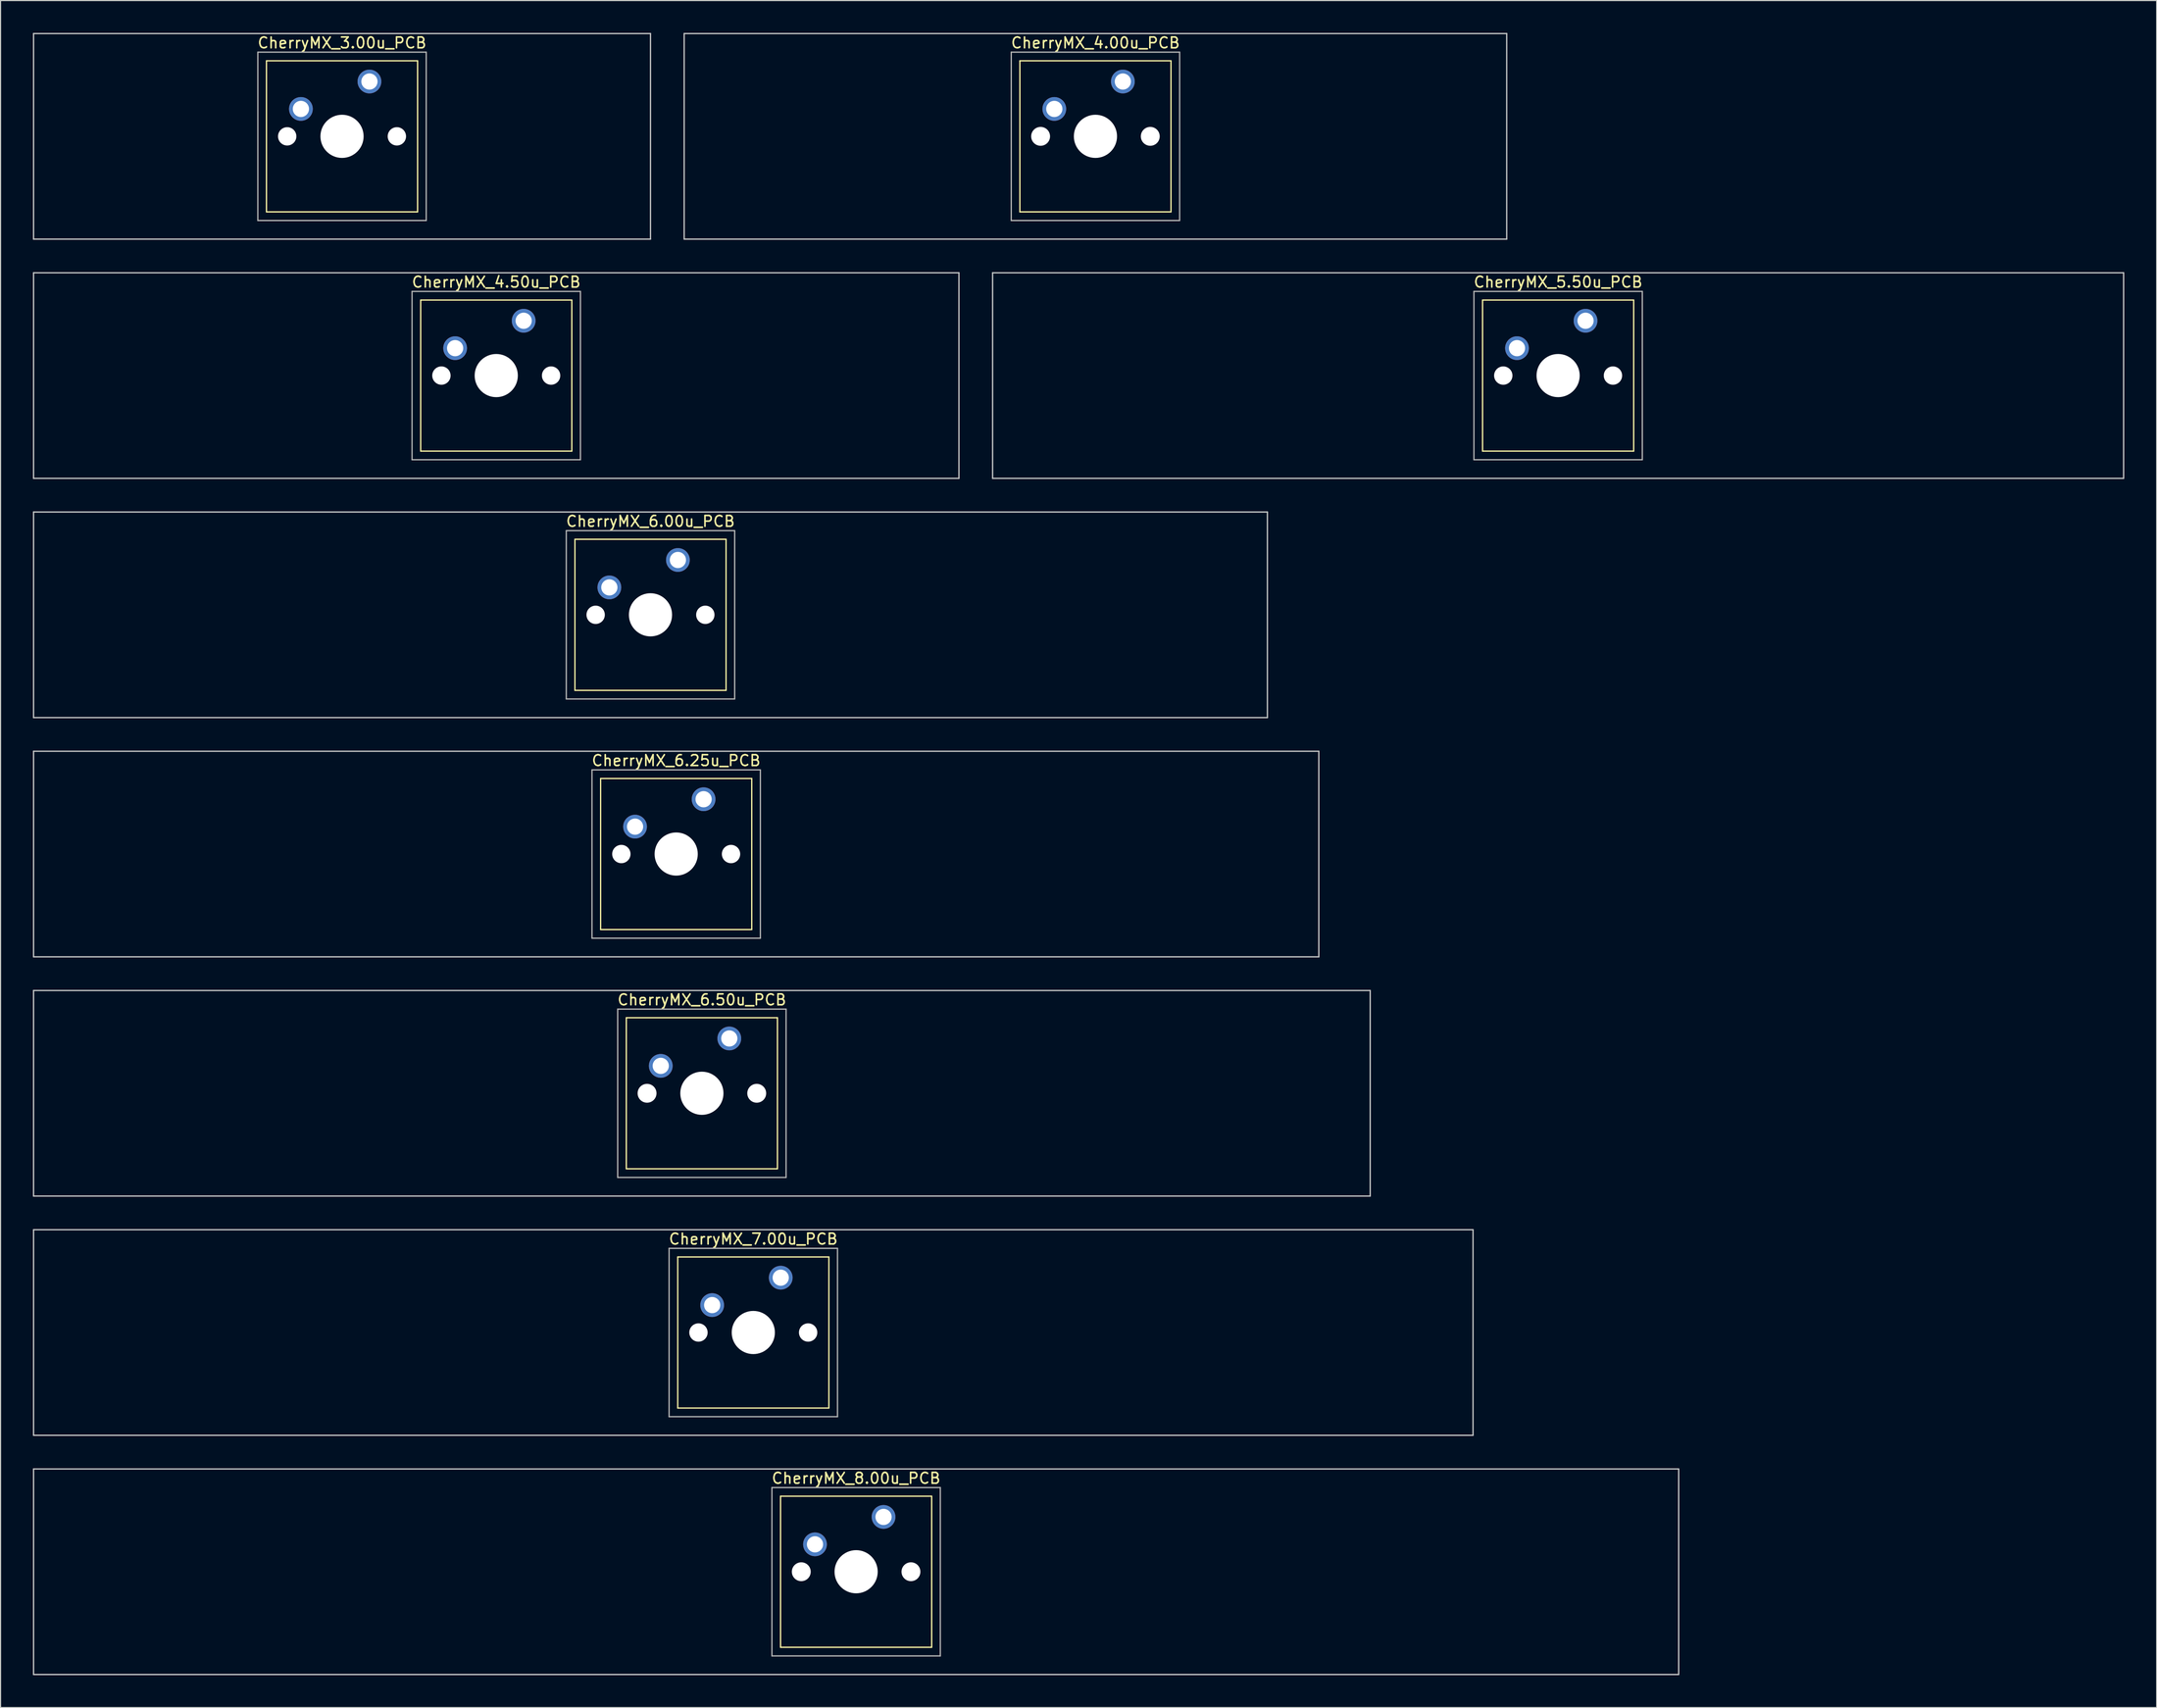
<source format=kicad_pcb>
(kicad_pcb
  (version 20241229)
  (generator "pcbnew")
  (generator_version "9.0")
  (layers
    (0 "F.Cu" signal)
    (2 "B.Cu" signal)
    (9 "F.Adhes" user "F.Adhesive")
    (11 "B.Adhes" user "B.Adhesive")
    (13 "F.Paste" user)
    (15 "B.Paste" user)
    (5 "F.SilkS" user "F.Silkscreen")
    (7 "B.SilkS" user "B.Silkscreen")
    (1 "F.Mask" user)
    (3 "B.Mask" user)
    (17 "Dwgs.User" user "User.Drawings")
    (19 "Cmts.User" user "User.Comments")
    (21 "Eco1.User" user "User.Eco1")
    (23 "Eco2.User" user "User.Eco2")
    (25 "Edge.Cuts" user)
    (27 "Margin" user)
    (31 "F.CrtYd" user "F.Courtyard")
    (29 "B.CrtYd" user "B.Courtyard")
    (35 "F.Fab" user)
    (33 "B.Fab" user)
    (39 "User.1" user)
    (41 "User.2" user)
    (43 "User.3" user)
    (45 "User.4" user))
  (footprint "CherryMX_7.00u_PCB"
    (layer "F.Cu")
    (at 66.735 120.435)
    (property "Reference" "CherryMX_7.00u_PCB" (at 0 -8.662 0) (layer "F.SilkS") (effects (font (size 1 1) (thickness 0.15))))
    (attr through_hole)
    (fp_line (start -7 -7) (end -7 7) (stroke (width 0.12) (type solid)) (layer "F.SilkS"))
    (fp_line (start -7 -7) (end 7 -7) (stroke (width 0.12) (type solid)) (layer "F.SilkS"))
    (fp_line (start 7 -7) (end 7 7) (stroke (width 0.12) (type solid)) (layer "F.SilkS"))
    (fp_line (start 7 7) (end -7 7) (stroke (width 0.12) (type solid)) (layer "F.SilkS"))
    (fp_line (start -66.675 -9.525) (end 66.675 -9.525) (stroke (width 0.12) (type solid)) (layer "Dwgs.User"))
    (fp_line (start -66.675 9.525) (end -66.675 -9.525) (stroke (width 0.12) (type solid)) (layer "Dwgs.User"))
    (fp_line (start 66.675 -9.525) (end 66.675 9.525) (stroke (width 0.12) (type solid)) (layer "Dwgs.User"))
    (fp_line (start 66.675 9.525) (end -66.675 9.525) (stroke (width 0.12) (type solid)) (layer "Dwgs.User"))
    (fp_line (start -7.8 -7.8) (end -7.8 7.8) (stroke (width 0.12) (type solid)) (layer "F.Fab"))
    (fp_line (start -7.8 -7.8) (end 7.8 -7.8) (stroke (width 0.12) (type solid)) (layer "F.Fab"))
    (fp_line (start -7.8 7.8) (end 7.8 7.8) (stroke (width 0.12) (type solid)) (layer "F.Fab"))
    (fp_line (start 7.8 -7.8) (end 7.8 7.8) (stroke (width 0.12) (type solid)) (layer "F.Fab"))
    (pad "" np_thru_hole circle (at -5.08 0) (size 1.7 1.7) (drill 1.7) (layers "*.Cu" "*.Mask"))
    (pad "" np_thru_hole circle (at 0 0) (size 4 4) (drill 4) (layers "*.Cu" "*.Mask"))
    (pad "" np_thru_hole circle (at 5.08 0) (size 1.7 1.7) (drill 1.7) (layers "*.Cu" "*.Mask"))
    (pad "1" thru_hole circle (at -3.81 -2.54) (size 2.2 2.2) (drill 1.5) (layers "*.Cu" "*.Mask"))
    (pad "2" thru_hole circle (at 2.54 -5.08) (size 2.2 2.2) (drill 1.5) (layers "*.Cu" "*.Mask")))
  (footprint "CherryMX_4.50u_PCB"
    (layer "F.Cu")
    (at 42.922 31.755)
    (property "Reference" "CherryMX_4.50u_PCB" (at 0 -8.662 0) (layer "F.SilkS") (effects (font (size 1 1) (thickness 0.15))))
    (attr through_hole)
    (fp_line (start -7 -7) (end -7 7) (stroke (width 0.12) (type solid)) (layer "F.SilkS"))
    (fp_line (start -7 -7) (end 7 -7) (stroke (width 0.12) (type solid)) (layer "F.SilkS"))
    (fp_line (start 7 -7) (end 7 7) (stroke (width 0.12) (type solid)) (layer "F.SilkS"))
    (fp_line (start 7 7) (end -7 7) (stroke (width 0.12) (type solid)) (layer "F.SilkS"))
    (fp_line (start -42.862 -9.525) (end 42.862 -9.525) (stroke (width 0.12) (type solid)) (layer "Dwgs.User"))
    (fp_line (start -42.862 9.525) (end -42.862 -9.525) (stroke (width 0.12) (type solid)) (layer "Dwgs.User"))
    (fp_line (start 42.862 -9.525) (end 42.862 9.525) (stroke (width 0.12) (type solid)) (layer "Dwgs.User"))
    (fp_line (start 42.862 9.525) (end -42.862 9.525) (stroke (width 0.12) (type solid)) (layer "Dwgs.User"))
    (fp_line (start -7.8 -7.8) (end -7.8 7.8) (stroke (width 0.12) (type solid)) (layer "F.Fab"))
    (fp_line (start -7.8 -7.8) (end 7.8 -7.8) (stroke (width 0.12) (type solid)) (layer "F.Fab"))
    (fp_line (start -7.8 7.8) (end 7.8 7.8) (stroke (width 0.12) (type solid)) (layer "F.Fab"))
    (fp_line (start 7.8 -7.8) (end 7.8 7.8) (stroke (width 0.12) (type solid)) (layer "F.Fab"))
    (pad "" np_thru_hole circle (at -5.08 0) (size 1.7 1.7) (drill 1.7) (layers "*.Cu" "*.Mask"))
    (pad "" np_thru_hole circle (at 0 0) (size 4 4) (drill 4) (layers "*.Cu" "*.Mask"))
    (pad "" np_thru_hole circle (at 5.08 0) (size 1.7 1.7) (drill 1.7) (layers "*.Cu" "*.Mask"))
    (pad "1" thru_hole circle (at -3.81 -2.54) (size 2.2 2.2) (drill 1.5) (layers "*.Cu" "*.Mask"))
    (pad "2" thru_hole circle (at 2.54 -5.08) (size 2.2 2.2) (drill 1.5) (layers "*.Cu" "*.Mask")))
  (footprint "CherryMX_4.00u_PCB"
    (layer "F.Cu")
    (at 98.43 9.585)
    (property "Reference" "CherryMX_4.00u_PCB" (at 0 -8.662 0) (layer "F.SilkS") (effects (font (size 1 1) (thickness 0.15))))
    (attr through_hole)
    (fp_line (start -7 -7) (end -7 7) (stroke (width 0.12) (type solid)) (layer "F.SilkS"))
    (fp_line (start -7 -7) (end 7 -7) (stroke (width 0.12) (type solid)) (layer "F.SilkS"))
    (fp_line (start 7 -7) (end 7 7) (stroke (width 0.12) (type solid)) (layer "F.SilkS"))
    (fp_line (start 7 7) (end -7 7) (stroke (width 0.12) (type solid)) (layer "F.SilkS"))
    (fp_line (start -38.1 -9.525) (end 38.1 -9.525) (stroke (width 0.12) (type solid)) (layer "Dwgs.User"))
    (fp_line (start -38.1 9.525) (end -38.1 -9.525) (stroke (width 0.12) (type solid)) (layer "Dwgs.User"))
    (fp_line (start 38.1 -9.525) (end 38.1 9.525) (stroke (width 0.12) (type solid)) (layer "Dwgs.User"))
    (fp_line (start 38.1 9.525) (end -38.1 9.525) (stroke (width 0.12) (type solid)) (layer "Dwgs.User"))
    (fp_line (start -7.8 -7.8) (end -7.8 7.8) (stroke (width 0.12) (type solid)) (layer "F.Fab"))
    (fp_line (start -7.8 -7.8) (end 7.8 -7.8) (stroke (width 0.12) (type solid)) (layer "F.Fab"))
    (fp_line (start -7.8 7.8) (end 7.8 7.8) (stroke (width 0.12) (type solid)) (layer "F.Fab"))
    (fp_line (start 7.8 -7.8) (end 7.8 7.8) (stroke (width 0.12) (type solid)) (layer "F.Fab"))
    (pad "" np_thru_hole circle (at -5.08 0) (size 1.75 1.75) (drill 1.75) (layers "*.Cu" "*.Mask"))
    (pad "" np_thru_hole circle (at 0 0) (size 4 4) (drill 4) (layers "*.Cu" "*.Mask"))
    (pad "" np_thru_hole circle (at 5.08 0) (size 1.75 1.75) (drill 1.75) (layers "*.Cu" "*.Mask"))
    (pad "1" thru_hole circle (at -3.81 -2.54) (size 2.2 2.2) (drill 1.5) (layers "*.Cu" "*.Mask"))
    (pad "2" thru_hole circle (at 2.54 -5.08) (size 2.2 2.2) (drill 1.5) (layers "*.Cu" "*.Mask")))
  (footprint "CherryMX_8.00u_PCB"
    (layer "F.Cu")
    (at 76.26 142.605)
    (property "Reference" "CherryMX_8.00u_PCB" (at 0 -8.662 0) (layer "F.SilkS") (effects (font (size 1 1) (thickness 0.15))))
    (attr through_hole)
    (fp_line (start -7 -7) (end -7 7) (stroke (width 0.12) (type solid)) (layer "F.SilkS"))
    (fp_line (start -7 -7) (end 7 -7) (stroke (width 0.12) (type solid)) (layer "F.SilkS"))
    (fp_line (start 7 -7) (end 7 7) (stroke (width 0.12) (type solid)) (layer "F.SilkS"))
    (fp_line (start 7 7) (end -7 7) (stroke (width 0.12) (type solid)) (layer "F.SilkS"))
    (fp_line (start -76.2 -9.525) (end 76.2 -9.525) (stroke (width 0.12) (type solid)) (layer "Dwgs.User"))
    (fp_line (start -76.2 9.525) (end -76.2 -9.525) (stroke (width 0.12) (type solid)) (layer "Dwgs.User"))
    (fp_line (start 76.2 -9.525) (end 76.2 9.525) (stroke (width 0.12) (type solid)) (layer "Dwgs.User"))
    (fp_line (start 76.2 9.525) (end -76.2 9.525) (stroke (width 0.12) (type solid)) (layer "Dwgs.User"))
    (fp_line (start -7.8 -7.8) (end -7.8 7.8) (stroke (width 0.12) (type solid)) (layer "F.Fab"))
    (fp_line (start -7.8 -7.8) (end 7.8 -7.8) (stroke (width 0.12) (type solid)) (layer "F.Fab"))
    (fp_line (start -7.8 7.8) (end 7.8 7.8) (stroke (width 0.12) (type solid)) (layer "F.Fab"))
    (fp_line (start 7.8 -7.8) (end 7.8 7.8) (stroke (width 0.12) (type solid)) (layer "F.Fab"))
    (pad "" np_thru_hole circle (at -5.08 0) (size 1.75 1.75) (drill 1.75) (layers "*.Cu" "*.Mask"))
    (pad "" np_thru_hole circle (at 0 0) (size 4 4) (drill 4) (layers "*.Cu" "*.Mask"))
    (pad "" np_thru_hole circle (at 5.08 0) (size 1.75 1.75) (drill 1.75) (layers "*.Cu" "*.Mask"))
    (pad "1" thru_hole circle (at -3.81 -2.54) (size 2.2 2.2) (drill 1.5) (layers "*.Cu" "*.Mask"))
    (pad "2" thru_hole circle (at 2.54 -5.08) (size 2.2 2.2) (drill 1.5) (layers "*.Cu" "*.Mask")))
  (footprint "CherryMX_6.25u_PCB"
    (layer "F.Cu")
    (at 59.591 76.095)
    (property "Reference" "CherryMX_6.25u_PCB" (at 0 -8.662 0) (layer "F.SilkS") (effects (font (size 1 1) (thickness 0.15))))
    (attr through_hole)
    (fp_line (start -7 -7) (end -7 7) (stroke (width 0.12) (type solid)) (layer "F.SilkS"))
    (fp_line (start -7 -7) (end 7 -7) (stroke (width 0.12) (type solid)) (layer "F.SilkS"))
    (fp_line (start 7 -7) (end 7 7) (stroke (width 0.12) (type solid)) (layer "F.SilkS"))
    (fp_line (start 7 7) (end -7 7) (stroke (width 0.12) (type solid)) (layer "F.SilkS"))
    (fp_line (start -59.531 -9.525) (end 59.531 -9.525) (stroke (width 0.12) (type solid)) (layer "Dwgs.User"))
    (fp_line (start -59.531 9.525) (end -59.531 -9.525) (stroke (width 0.12) (type solid)) (layer "Dwgs.User"))
    (fp_line (start 59.531 -9.525) (end 59.531 9.525) (stroke (width 0.12) (type solid)) (layer "Dwgs.User"))
    (fp_line (start 59.531 9.525) (end -59.531 9.525) (stroke (width 0.12) (type solid)) (layer "Dwgs.User"))
    (fp_line (start -7.8 -7.8) (end -7.8 7.8) (stroke (width 0.12) (type solid)) (layer "F.Fab"))
    (fp_line (start -7.8 -7.8) (end 7.8 -7.8) (stroke (width 0.12) (type solid)) (layer "F.Fab"))
    (fp_line (start -7.8 7.8) (end 7.8 7.8) (stroke (width 0.12) (type solid)) (layer "F.Fab"))
    (fp_line (start 7.8 -7.8) (end 7.8 7.8) (stroke (width 0.12) (type solid)) (layer "F.Fab"))
    (pad "" np_thru_hole circle (at -5.08 0) (size 1.7 1.7) (drill 1.7) (layers "*.Cu" "*.Mask"))
    (pad "" np_thru_hole circle (at 0 0) (size 4 4) (drill 4) (layers "*.Cu" "*.Mask"))
    (pad "" np_thru_hole circle (at 5.08 0) (size 1.7 1.7) (drill 1.7) (layers "*.Cu" "*.Mask"))
    (pad "1" thru_hole circle (at -3.81 -2.54) (size 2.2 2.2) (drill 1.5) (layers "*.Cu" "*.Mask"))
    (pad "2" thru_hole circle (at 2.54 -5.08) (size 2.2 2.2) (drill 1.5) (layers "*.Cu" "*.Mask")))
  (footprint "CherryMX_6.50u_PCB"
    (layer "F.Cu")
    (at 61.972 98.265)
    (property "Reference" "CherryMX_6.50u_PCB" (at 0 -8.662 0) (layer "F.SilkS") (effects (font (size 1 1) (thickness 0.15))))
    (attr through_hole)
    (fp_line (start -7 -7) (end -7 7) (stroke (width 0.12) (type solid)) (layer "F.SilkS"))
    (fp_line (start -7 -7) (end 7 -7) (stroke (width 0.12) (type solid)) (layer "F.SilkS"))
    (fp_line (start 7 -7) (end 7 7) (stroke (width 0.12) (type solid)) (layer "F.SilkS"))
    (fp_line (start 7 7) (end -7 7) (stroke (width 0.12) (type solid)) (layer "F.SilkS"))
    (fp_line (start -61.913 -9.525) (end 61.913 -9.525) (stroke (width 0.12) (type solid)) (layer "Dwgs.User"))
    (fp_line (start -61.913 9.525) (end -61.913 -9.525) (stroke (width 0.12) (type solid)) (layer "Dwgs.User"))
    (fp_line (start 61.913 -9.525) (end 61.913 9.525) (stroke (width 0.12) (type solid)) (layer "Dwgs.User"))
    (fp_line (start 61.913 9.525) (end -61.913 9.525) (stroke (width 0.12) (type solid)) (layer "Dwgs.User"))
    (fp_line (start -7.8 -7.8) (end -7.8 7.8) (stroke (width 0.12) (type solid)) (layer "F.Fab"))
    (fp_line (start -7.8 -7.8) (end 7.8 -7.8) (stroke (width 0.12) (type solid)) (layer "F.Fab"))
    (fp_line (start -7.8 7.8) (end 7.8 7.8) (stroke (width 0.12) (type solid)) (layer "F.Fab"))
    (fp_line (start 7.8 -7.8) (end 7.8 7.8) (stroke (width 0.12) (type solid)) (layer "F.Fab"))
    (pad "" np_thru_hole circle (at -5.08 0) (size 1.75 1.75) (drill 1.75) (layers "*.Cu" "*.Mask"))
    (pad "" np_thru_hole circle (at 0 0) (size 4 4) (drill 4) (layers "*.Cu" "*.Mask"))
    (pad "" np_thru_hole circle (at 5.08 0) (size 1.75 1.75) (drill 1.75) (layers "*.Cu" "*.Mask"))
    (pad "1" thru_hole circle (at -3.81 -2.54) (size 2.2 2.2) (drill 1.5) (layers "*.Cu" "*.Mask"))
    (pad "2" thru_hole circle (at 2.54 -5.08) (size 2.2 2.2) (drill 1.5) (layers "*.Cu" "*.Mask")))
  (footprint "CherryMX_3.00u_PCB"
    (layer "F.Cu")
    (at 28.635 9.585)
    (property "Reference" "CherryMX_3.00u_PCB" (at 0 -8.662 0) (layer "F.SilkS") (effects (font (size 1 1) (thickness 0.15))))
    (attr through_hole)
    (fp_line (start -7 -7) (end -7 7) (stroke (width 0.12) (type solid)) (layer "F.SilkS"))
    (fp_line (start -7 -7) (end 7 -7) (stroke (width 0.12) (type solid)) (layer "F.SilkS"))
    (fp_line (start 7 -7) (end 7 7) (stroke (width 0.12) (type solid)) (layer "F.SilkS"))
    (fp_line (start 7 7) (end -7 7) (stroke (width 0.12) (type solid)) (layer "F.SilkS"))
    (fp_line (start -28.575 -9.525) (end 28.575 -9.525) (stroke (width 0.12) (type solid)) (layer "Dwgs.User"))
    (fp_line (start -28.575 9.525) (end -28.575 -9.525) (stroke (width 0.12) (type solid)) (layer "Dwgs.User"))
    (fp_line (start 28.575 -9.525) (end 28.575 9.525) (stroke (width 0.12) (type solid)) (layer "Dwgs.User"))
    (fp_line (start 28.575 9.525) (end -28.575 9.525) (stroke (width 0.12) (type solid)) (layer "Dwgs.User"))
    (fp_line (start -7.8 -7.8) (end -7.8 7.8) (stroke (width 0.12) (type solid)) (layer "F.Fab"))
    (fp_line (start -7.8 -7.8) (end 7.8 -7.8) (stroke (width 0.12) (type solid)) (layer "F.Fab"))
    (fp_line (start -7.8 7.8) (end 7.8 7.8) (stroke (width 0.12) (type solid)) (layer "F.Fab"))
    (fp_line (start 7.8 -7.8) (end 7.8 7.8) (stroke (width 0.12) (type solid)) (layer "F.Fab"))
    (pad "" np_thru_hole circle (at -5.08 0) (size 1.7 1.7) (drill 1.7) (layers "*.Cu" "*.Mask"))
    (pad "" np_thru_hole circle (at 0 0) (size 4 4) (drill 4) (layers "*.Cu" "*.Mask"))
    (pad "" np_thru_hole circle (at 5.08 0) (size 1.7 1.7) (drill 1.7) (layers "*.Cu" "*.Mask"))
    (pad "1" thru_hole circle (at -3.81 -2.54) (size 2.2 2.2) (drill 1.5) (layers "*.Cu" "*.Mask"))
    (pad "2" thru_hole circle (at 2.54 -5.08) (size 2.2 2.2) (drill 1.5) (layers "*.Cu" "*.Mask")))
  (footprint "CherryMX_5.50u_PCB"
    (layer "F.Cu")
    (at 141.292 31.755)
    (property "Reference" "CherryMX_5.50u_PCB" (at 0 -8.662 0) (layer "F.SilkS") (effects (font (size 1 1) (thickness 0.15))))
    (attr through_hole)
    (fp_line (start -7 -7) (end -7 7) (stroke (width 0.12) (type solid)) (layer "F.SilkS"))
    (fp_line (start -7 -7) (end 7 -7) (stroke (width 0.12) (type solid)) (layer "F.SilkS"))
    (fp_line (start 7 -7) (end 7 7) (stroke (width 0.12) (type solid)) (layer "F.SilkS"))
    (fp_line (start 7 7) (end -7 7) (stroke (width 0.12) (type solid)) (layer "F.SilkS"))
    (fp_line (start -52.388 -9.525) (end 52.388 -9.525) (stroke (width 0.12) (type solid)) (layer "Dwgs.User"))
    (fp_line (start -52.388 9.525) (end -52.388 -9.525) (stroke (width 0.12) (type solid)) (layer "Dwgs.User"))
    (fp_line (start 52.388 -9.525) (end 52.388 9.525) (stroke (width 0.12) (type solid)) (layer "Dwgs.User"))
    (fp_line (start 52.388 9.525) (end -52.388 9.525) (stroke (width 0.12) (type solid)) (layer "Dwgs.User"))
    (fp_line (start -7.8 -7.8) (end -7.8 7.8) (stroke (width 0.12) (type solid)) (layer "F.Fab"))
    (fp_line (start -7.8 -7.8) (end 7.8 -7.8) (stroke (width 0.12) (type solid)) (layer "F.Fab"))
    (fp_line (start -7.8 7.8) (end 7.8 7.8) (stroke (width 0.12) (type solid)) (layer "F.Fab"))
    (fp_line (start 7.8 -7.8) (end 7.8 7.8) (stroke (width 0.12) (type solid)) (layer "F.Fab"))
    (pad "" np_thru_hole circle (at -5.08 0) (size 1.7 1.7) (drill 1.7) (layers "*.Cu" "*.Mask"))
    (pad "" np_thru_hole circle (at 0 0) (size 4 4) (drill 4) (layers "*.Cu" "*.Mask"))
    (pad "" np_thru_hole circle (at 5.08 0) (size 1.7 1.7) (drill 1.7) (layers "*.Cu" "*.Mask"))
    (pad "1" thru_hole circle (at -3.81 -2.54) (size 2.2 2.2) (drill 1.5) (layers "*.Cu" "*.Mask"))
    (pad "2" thru_hole circle (at 2.54 -5.08) (size 2.2 2.2) (drill 1.5) (layers "*.Cu" "*.Mask")))
  (footprint "CherryMX_6.00u_PCB"
    (layer "F.Cu")
    (at 57.21 53.925)
    (property "Reference" "CherryMX_6.00u_PCB" (at 0 -8.662 0) (layer "F.SilkS") (effects (font (size 1 1) (thickness 0.15))))
    (attr through_hole)
    (fp_line (start -7 -7) (end -7 7) (stroke (width 0.12) (type solid)) (layer "F.SilkS"))
    (fp_line (start -7 -7) (end 7 -7) (stroke (width 0.12) (type solid)) (layer "F.SilkS"))
    (fp_line (start 7 -7) (end 7 7) (stroke (width 0.12) (type solid)) (layer "F.SilkS"))
    (fp_line (start 7 7) (end -7 7) (stroke (width 0.12) (type solid)) (layer "F.SilkS"))
    (fp_line (start -57.15 -9.525) (end 57.15 -9.525) (stroke (width 0.12) (type solid)) (layer "Dwgs.User"))
    (fp_line (start -57.15 9.525) (end -57.15 -9.525) (stroke (width 0.12) (type solid)) (layer "Dwgs.User"))
    (fp_line (start 57.15 -9.525) (end 57.15 9.525) (stroke (width 0.12) (type solid)) (layer "Dwgs.User"))
    (fp_line (start 57.15 9.525) (end -57.15 9.525) (stroke (width 0.12) (type solid)) (layer "Dwgs.User"))
    (fp_line (start -7.8 -7.8) (end -7.8 7.8) (stroke (width 0.12) (type solid)) (layer "F.Fab"))
    (fp_line (start -7.8 -7.8) (end 7.8 -7.8) (stroke (width 0.12) (type solid)) (layer "F.Fab"))
    (fp_line (start -7.8 7.8) (end 7.8 7.8) (stroke (width 0.12) (type solid)) (layer "F.Fab"))
    (fp_line (start 7.8 -7.8) (end 7.8 7.8) (stroke (width 0.12) (type solid)) (layer "F.Fab"))
    (pad "" np_thru_hole circle (at -5.08 0) (size 1.7 1.7) (drill 1.7) (layers "*.Cu" "*.Mask"))
    (pad "" np_thru_hole circle (at 0 0) (size 4 4) (drill 4) (layers "*.Cu" "*.Mask"))
    (pad "" np_thru_hole circle (at 5.08 0) (size 1.7 1.7) (drill 1.7) (layers "*.Cu" "*.Mask"))
    (pad "1" thru_hole circle (at -3.81 -2.54) (size 2.2 2.2) (drill 1.5) (layers "*.Cu" "*.Mask"))
    (pad "2" thru_hole circle (at 2.54 -5.08) (size 2.2 2.2) (drill 1.5) (layers "*.Cu" "*.Mask")))
  (gr_rect
    (start -3 -3)
    (end 196.74 155.19)
    (stroke (width 0.1) (type default))
    (fill no)
    (layer "Edge.Cuts")))
</source>
